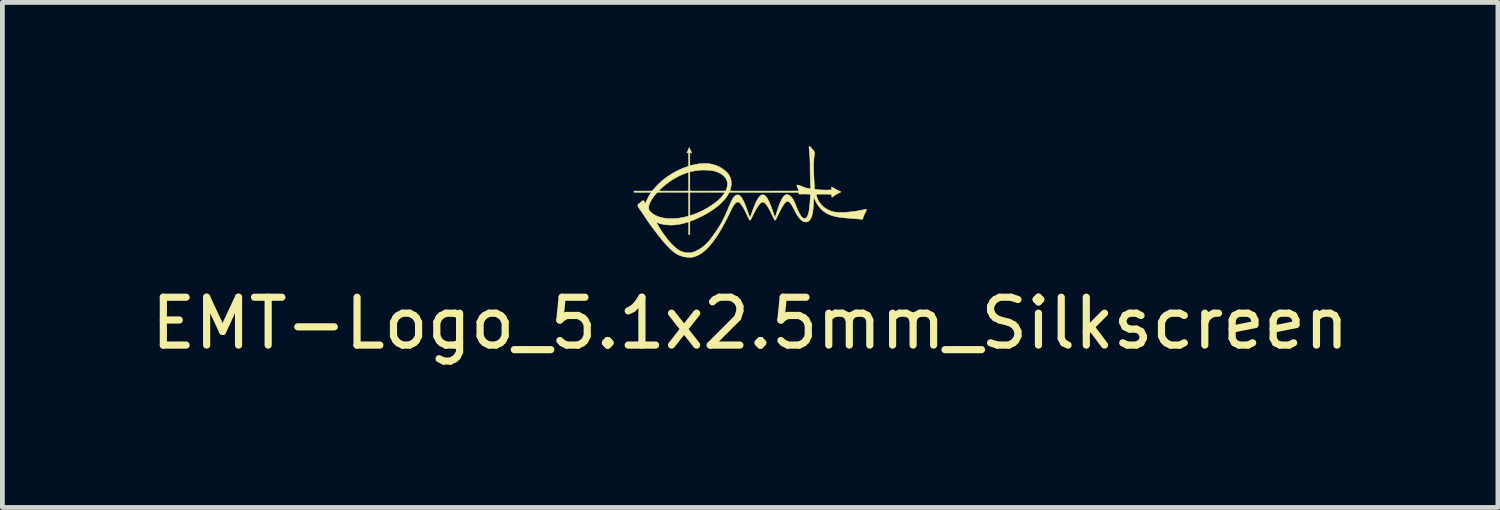
<source format=kicad_pcb>
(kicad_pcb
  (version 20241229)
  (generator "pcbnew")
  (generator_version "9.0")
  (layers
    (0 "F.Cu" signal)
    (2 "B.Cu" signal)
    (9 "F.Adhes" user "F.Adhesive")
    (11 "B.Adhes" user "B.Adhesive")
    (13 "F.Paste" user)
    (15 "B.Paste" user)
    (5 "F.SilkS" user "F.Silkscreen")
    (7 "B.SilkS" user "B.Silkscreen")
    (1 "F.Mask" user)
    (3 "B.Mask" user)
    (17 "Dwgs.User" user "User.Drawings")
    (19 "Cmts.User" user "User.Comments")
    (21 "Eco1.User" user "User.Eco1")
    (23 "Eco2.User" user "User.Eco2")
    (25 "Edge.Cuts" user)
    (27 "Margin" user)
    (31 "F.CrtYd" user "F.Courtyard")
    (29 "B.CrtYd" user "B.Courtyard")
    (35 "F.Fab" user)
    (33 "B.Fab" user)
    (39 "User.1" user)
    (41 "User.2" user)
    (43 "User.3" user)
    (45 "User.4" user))
  (footprint "EMT-Logo_5.1x2.5mm_Silkscreen"
    (layer "F.Cu")
    (at 12.625 1.166)
    (property "Reference" "EMT-Logo_5.1x2.5mm_Silkscreen" (at 0 2.54 0) (layer "F.SilkS") (effects (font (size 1 1) (thickness 0.15))))
    (attr exclude_from_pos_files exclude_from_bom)
    (fp_poly (pts (xy 1.243 -1.159) (xy 1.25 -1.153) (xy 1.259 -1.144) (xy 1.27 -1.133) (xy 1.279 -1.123) (xy 1.287 -1.112) (xy 1.298 -1.1) (xy 1.309 -1.088) (xy 1.314 -1.083) (xy 1.325 -1.069) (xy 1.334 -1.056) (xy 1.34 -1.043) (xy 1.343 -1.028) (xy 1.344 -1.012) (xy 1.343 -0.992) (xy 1.34 -0.97) (xy 1.338 -0.953) (xy 1.336 -0.936) (xy 1.334 -0.92) (xy 1.332 -0.903) (xy 1.331 -0.884) (xy 1.33 -0.862) (xy 1.329 -0.836) (xy 1.328 -0.826) (xy 1.327 -0.792) (xy 1.326 -0.758) (xy 1.326 -0.721) (xy 1.326 -0.683) (xy 1.327 -0.642) (xy 1.329 -0.597) (xy 1.331 -0.55) (xy 1.333 -0.498) (xy 1.336 -0.443) (xy 1.34 -0.383) (xy 1.341 -0.368) (xy 1.347 -0.263) (xy 1.355 -0.261) (xy 1.361 -0.26) (xy 1.372 -0.258) (xy 1.386 -0.257) (xy 1.403 -0.255) (xy 1.422 -0.253) (xy 1.441 -0.251) (xy 1.461 -0.249) (xy 1.471 -0.249) (xy 1.487 -0.248) (xy 1.506 -0.247) (xy 1.526 -0.246) (xy 1.548 -0.246) (xy 1.571 -0.245) (xy 1.593 -0.245) (xy 1.614 -0.245) (xy 1.634 -0.246) (xy 1.651 -0.246) (xy 1.665 -0.247) (xy 1.675 -0.248) (xy 1.68 -0.248) (xy 1.689 -0.251) (xy 1.696 -0.255) (xy 1.699 -0.261) (xy 1.701 -0.269) (xy 1.702 -0.282) (xy 1.702 -0.284) (xy 1.702 -0.294) (xy 1.702 -0.302) (xy 1.703 -0.308) (xy 1.703 -0.308) (xy 1.705 -0.309) (xy 1.708 -0.308) (xy 1.714 -0.305) (xy 1.724 -0.299) (xy 1.729 -0.296) (xy 1.751 -0.283) (xy 1.775 -0.268) (xy 1.801 -0.255) (xy 1.827 -0.242) (xy 1.851 -0.23) (xy 1.859 -0.227) (xy 1.871 -0.222) (xy 1.881 -0.217) (xy 1.889 -0.213) (xy 1.893 -0.21) (xy 1.894 -0.21) (xy 1.895 -0.206) (xy 1.893 -0.203) (xy 1.888 -0.2) (xy 1.879 -0.195) (xy 1.868 -0.191) (xy 1.853 -0.184) (xy 1.835 -0.175) (xy 1.816 -0.164) (xy 1.795 -0.152) (xy 1.775 -0.139) (xy 1.757 -0.127) (xy 1.74 -0.115) (xy 1.727 -0.104) (xy 1.725 -0.102) (xy 1.718 -0.097) (xy 1.713 -0.094) (xy 1.71 -0.095) (xy 1.708 -0.1) (xy 1.706 -0.109) (xy 1.704 -0.121) (xy 1.703 -0.131) (xy 1.702 -0.14) (xy 1.701 -0.145) (xy 1.7 -0.147) (xy 1.697 -0.149) (xy 1.69 -0.152) (xy 1.679 -0.154) (xy 1.662 -0.156) (xy 1.652 -0.158) (xy 1.645 -0.158) (xy 1.633 -0.158) (xy 1.618 -0.159) (xy 1.601 -0.159) (xy 1.581 -0.159) (xy 1.56 -0.159) (xy 1.537 -0.16) (xy 1.514 -0.16) (xy 1.491 -0.16) (xy 1.469 -0.159) (xy 1.448 -0.159) (xy 1.429 -0.159) (xy 1.412 -0.159) (xy 1.398 -0.158) (xy 1.388 -0.158) (xy 1.382 -0.157) (xy 1.38 -0.157) (xy 1.38 -0.153) (xy 1.381 -0.146) (xy 1.383 -0.135) (xy 1.387 -0.122) (xy 1.391 -0.107) (xy 1.397 -0.092) (xy 1.402 -0.077) (xy 1.408 -0.062) (xy 1.413 -0.049) (xy 1.416 -0.042) (xy 1.44 0.000047) (xy 1.468 0.039) (xy 1.498 0.074) (xy 1.533 0.106) (xy 1.571 0.135) (xy 1.581 0.141) (xy 1.609 0.158) (xy 1.64 0.173) (xy 1.672 0.188) (xy 1.703 0.199) (xy 1.724 0.206) (xy 1.752 0.212) (xy 1.785 0.217) (xy 1.821 0.22) (xy 1.862 0.222) (xy 1.906 0.223) (xy 1.953 0.222) (xy 2.003 0.219) (xy 2.054 0.215) (xy 2.108 0.21) (xy 2.164 0.203) (xy 2.221 0.195) (xy 2.247 0.191) (xy 2.278 0.185) (xy 2.308 0.18) (xy 2.336 0.174) (xy 2.361 0.169) (xy 2.381 0.164) (xy 2.389 0.161) (xy 2.403 0.158) (xy 2.412 0.156) (xy 2.418 0.155) (xy 2.422 0.156) (xy 2.425 0.159) (xy 2.426 0.161) (xy 2.428 0.169) (xy 2.426 0.18) (xy 2.422 0.194) (xy 2.414 0.212) (xy 2.406 0.228) (xy 2.395 0.248) (xy 2.387 0.265) (xy 2.38 0.278) (xy 2.375 0.289) (xy 2.371 0.297) (xy 2.368 0.305) (xy 2.366 0.312) (xy 2.364 0.318) (xy 2.362 0.325) (xy 2.361 0.333) (xy 2.358 0.344) (xy 2.355 0.354) (xy 2.353 0.361) (xy 2.352 0.364) (xy 2.348 0.365) (xy 2.34 0.365) (xy 2.328 0.365) (xy 2.315 0.364) (xy 2.306 0.363) (xy 2.292 0.362) (xy 2.275 0.36) (xy 2.254 0.359) (xy 2.231 0.357) (xy 2.205 0.355) (xy 2.178 0.353) (xy 2.149 0.35) (xy 2.12 0.348) (xy 2.12 0.348) (xy 2.09 0.346) (xy 2.062 0.343) (xy 2.034 0.341) (xy 2.008 0.339) (xy 1.984 0.337) (xy 1.963 0.335) (xy 1.946 0.334) (xy 1.932 0.332) (xy 1.923 0.331) (xy 1.862 0.324) (xy 1.806 0.314) (xy 1.754 0.302) (xy 1.705 0.287) (xy 1.66 0.271) (xy 1.618 0.251) (xy 1.579 0.229) (xy 1.542 0.204) (xy 1.526 0.193) (xy 1.504 0.173) (xy 1.48 0.15) (xy 1.456 0.124) (xy 1.434 0.096) (xy 1.414 0.068) (xy 1.398 0.043) (xy 1.389 0.028) (xy 1.38 0.011) (xy 1.37 -0.009) (xy 1.36 -0.028) (xy 1.352 -0.047) (xy 1.344 -0.063) (xy 1.341 -0.071) (xy 1.337 -0.081) (xy 1.334 -0.089) (xy 1.331 -0.094) (xy 1.331 -0.095) (xy 1.33 -0.093) (xy 1.33 -0.087) (xy 1.329 -0.077) (xy 1.328 -0.065) (xy 1.327 -0.05) (xy 1.327 -0.048) (xy 1.327 -0.028) (xy 1.326 -0.006) (xy 1.325 0.018) (xy 1.324 0.04) (xy 1.323 0.053) (xy 1.32 0.109) (xy 1.315 0.16) (xy 1.309 0.206) (xy 1.301 0.247) (xy 1.292 0.284) (xy 1.282 0.317) (xy 1.27 0.344) (xy 1.256 0.368) (xy 1.241 0.387) (xy 1.225 0.403) (xy 1.207 0.414) (xy 1.206 0.414) (xy 1.186 0.421) (xy 1.164 0.423) (xy 1.141 0.42) (xy 1.117 0.413) (xy 1.101 0.406) (xy 1.085 0.396) (xy 1.068 0.382) (xy 1.049 0.364) (xy 1.031 0.343) (xy 1.012 0.32) (xy 0.994 0.295) (xy 0.977 0.268) (xy 0.973 0.26) (xy 0.968 0.252) (xy 0.961 0.24) (xy 0.953 0.225) (xy 0.944 0.208) (xy 0.935 0.191) (xy 0.926 0.173) (xy 0.91 0.144) (xy 0.896 0.119) (xy 0.884 0.097) (xy 0.873 0.079) (xy 0.864 0.063) (xy 0.855 0.05) (xy 0.847 0.038) (xy 0.839 0.028) (xy 0.831 0.02) (xy 0.828 0.016) (xy 0.814 0.004) (xy 0.8 -0.005) (xy 0.787 -0.01) (xy 0.78 -0.01) (xy 0.77 -0.008) (xy 0.759 -0.002) (xy 0.746 0.006) (xy 0.734 0.018) (xy 0.727 0.025) (xy 0.716 0.038) (xy 0.705 0.053) (xy 0.693 0.071) (xy 0.68 0.091) (xy 0.667 0.113) (xy 0.652 0.139) (xy 0.637 0.168) (xy 0.62 0.2) (xy 0.602 0.236) (xy 0.582 0.276) (xy 0.56 0.321) (xy 0.557 0.328) (xy 0.548 0.346) (xy 0.541 0.36) (xy 0.535 0.37) (xy 0.531 0.377) (xy 0.528 0.382) (xy 0.525 0.384) (xy 0.525 0.384) (xy 0.519 0.386) (xy 0.514 0.384) (xy 0.514 0.383) (xy 0.512 0.38) (xy 0.508 0.373) (xy 0.502 0.363) (xy 0.495 0.349) (xy 0.487 0.333) (xy 0.478 0.316) (xy 0.471 0.3) (xy 0.456 0.271) (xy 0.444 0.246) (xy 0.434 0.224) (xy 0.424 0.206) (xy 0.417 0.191) (xy 0.41 0.177) (xy 0.403 0.165) (xy 0.397 0.154) (xy 0.392 0.144) (xy 0.386 0.134) (xy 0.38 0.123) (xy 0.379 0.123) (xy 0.36 0.092) (xy 0.342 0.066) (xy 0.325 0.045) (xy 0.308 0.028) (xy 0.292 0.017) (xy 0.277 0.01) (xy 0.262 0.007) (xy 0.247 0.009) (xy 0.239 0.013) (xy 0.228 0.019) (xy 0.216 0.03) (xy 0.203 0.043) (xy 0.189 0.059) (xy 0.176 0.076) (xy 0.163 0.094) (xy 0.162 0.095) (xy 0.152 0.111) (xy 0.142 0.126) (xy 0.133 0.142) (xy 0.123 0.158) (xy 0.113 0.177) (xy 0.102 0.197) (xy 0.09 0.22) (xy 0.076 0.247) (xy 0.061 0.277) (xy 0.058 0.282) (xy 0.048 0.302) (xy 0.039 0.321) (xy 0.03 0.338) (xy 0.022 0.353) (xy 0.016 0.365) (xy 0.011 0.374) (xy 0.008 0.379) (xy 0.008 0.379) (xy 0.001 0.385) (xy -0.006 0.386) (xy -0.013 0.382) (xy -0.014 0.381) (xy -0.016 0.378) (xy -0.02 0.371) (xy -0.025 0.36) (xy -0.032 0.346) (xy -0.04 0.329) (xy -0.049 0.311) (xy -0.059 0.291) (xy -0.061 0.287) (xy -0.073 0.261) (xy -0.083 0.239) (xy -0.092 0.221) (xy -0.099 0.206) (xy -0.106 0.193) (xy -0.111 0.182) (xy -0.116 0.172) (xy -0.121 0.163) (xy -0.126 0.154) (xy -0.131 0.145) (xy -0.136 0.136) (xy -0.14 0.128) (xy -0.159 0.098) (xy -0.176 0.072) (xy -0.192 0.05) (xy -0.207 0.033) (xy -0.221 0.02) (xy -0.232 0.012) (xy -0.246 0.007) (xy -0.26 0.005) (xy -0.275 0.008) (xy -0.289 0.015) (xy -0.304 0.026) (xy -0.32 0.043) (xy -0.336 0.064) (xy -0.353 0.089) (xy -0.371 0.12) (xy -0.373 0.123) (xy -0.378 0.132) (xy -0.384 0.144) (xy -0.392 0.16) (xy -0.401 0.179) (xy -0.411 0.199) (xy -0.421 0.22) (xy -0.431 0.241) (xy -0.432 0.243) (xy -0.473 0.327) (xy -0.514 0.407) (xy -0.555 0.484) (xy -0.597 0.558) (xy -0.638 0.628) (xy -0.679 0.693) (xy -0.72 0.755) (xy -0.761 0.813) (xy -0.802 0.866) (xy -0.842 0.914) (xy -0.881 0.958) (xy -0.912 0.989) (xy -0.934 1.01) (xy -0.954 1.028) (xy -0.973 1.043) (xy -0.992 1.058) (xy -1.014 1.073) (xy -1.021 1.078) (xy -1.055 1.099) (xy -1.09 1.118) (xy -1.124 1.133) (xy -1.158 1.145) (xy -1.175 1.151) (xy -1.205 1.157) (xy -1.235 1.161) (xy -1.265 1.163) (xy -1.297 1.161) (xy -1.319 1.159) (xy -1.37 1.152) (xy -1.417 1.141) (xy -1.462 1.126) (xy -1.504 1.108) (xy -1.545 1.085) (xy -1.566 1.072) (xy -1.585 1.058) (xy -1.604 1.044) (xy -1.624 1.027) (xy -1.645 1.008) (xy -1.668 0.986) (xy -1.692 0.963) (xy -1.711 0.944) (xy -1.729 0.924) (xy -1.748 0.905) (xy -1.766 0.885) (xy -1.784 0.865) (xy -1.803 0.843) (xy -1.822 0.82) (xy -1.843 0.795) (xy -1.865 0.767) (xy -1.889 0.737) (xy -1.915 0.704) (xy -1.943 0.668) (xy -1.974 0.628) (xy -1.983 0.616) (xy -2.005 0.587) (xy -2.025 0.561) (xy -2.043 0.537) (xy -2.059 0.516) (xy -2.073 0.496) (xy -2.087 0.477) (xy -2.101 0.458) (xy -2.114 0.439) (xy -2.123 0.426) (xy -1.96 0.426) (xy -1.96 0.428) (xy -1.958 0.433) (xy -1.953 0.441) (xy -1.947 0.452) (xy -1.94 0.466) (xy -1.931 0.481) (xy -1.921 0.498) (xy -1.912 0.515) (xy -1.902 0.532) (xy -1.893 0.547) (xy -1.884 0.562) (xy -1.877 0.574) (xy -1.874 0.579) (xy -1.851 0.614) (xy -1.826 0.651) (xy -1.798 0.69) (xy -1.769 0.729) (xy -1.74 0.768) (xy -1.71 0.804) (xy -1.682 0.838) (xy -1.677 0.843) (xy -1.664 0.858) (xy -1.648 0.875) (xy -1.63 0.894) (xy -1.611 0.912) (xy -1.592 0.93) (xy -1.575 0.946) (xy -1.56 0.959) (xy -1.558 0.96) (xy -1.526 0.986) (xy -1.495 1.007) (xy -1.465 1.025) (xy -1.434 1.039) (xy -1.403 1.049) (xy -1.371 1.057) (xy -1.355 1.06) (xy -1.341 1.062) (xy -1.33 1.064) (xy -1.321 1.065) (xy -1.311 1.066) (xy -1.3 1.066) (xy -1.286 1.066) (xy -1.277 1.066) (xy -1.262 1.066) (xy -1.25 1.066) (xy -1.24 1.065) (xy -1.23 1.063) (xy -1.218 1.061) (xy -1.213 1.059) (xy -1.175 1.047) (xy -1.134 1.031) (xy -1.093 1.01) (xy -1.05 0.986) (xy -1.008 0.958) (xy -0.991 0.945) (xy -0.973 0.93) (xy -0.952 0.912) (xy -0.93 0.892) (xy -0.908 0.87) (xy -0.886 0.847) (xy -0.864 0.824) (xy -0.845 0.801) (xy -0.834 0.787) (xy -0.822 0.772) (xy -0.808 0.753) (xy -0.793 0.732) (xy -0.776 0.708) (xy -0.758 0.683) (xy -0.74 0.658) (xy -0.722 0.633) (xy -0.705 0.608) (xy -0.689 0.585) (xy -0.677 0.566) (xy -0.663 0.545) (xy -0.65 0.526) (xy -0.639 0.507) (xy -0.627 0.488) (xy -0.616 0.468) (xy -0.604 0.445) (xy -0.59 0.42) (xy -0.581 0.403) (xy -0.564 0.371) (xy -0.55 0.342) (xy -0.537 0.316) (xy -0.525 0.292) (xy -0.514 0.267) (xy -0.503 0.242) (xy -0.491 0.216) (xy -0.479 0.187) (xy -0.477 0.183) (xy -0.46 0.141) (xy -0.445 0.104) (xy -0.43 0.071) (xy -0.418 0.042) (xy -0.406 0.016) (xy -0.395 -0.007) (xy -0.385 -0.026) (xy -0.376 -0.044) (xy -0.368 -0.059) (xy -0.359 -0.072) (xy -0.351 -0.083) (xy -0.343 -0.094) (xy -0.335 -0.103) (xy -0.326 -0.112) (xy -0.325 -0.113) (xy -0.311 -0.125) (xy -0.299 -0.134) (xy -0.288 -0.139) (xy -0.276 -0.142) (xy -0.262 -0.143) (xy -0.26 -0.143) (xy -0.249 -0.143) (xy -0.239 -0.141) (xy -0.231 -0.138) (xy -0.222 -0.132) (xy -0.212 -0.124) (xy -0.204 -0.116) (xy -0.19 -0.1) (xy -0.176 -0.081) (xy -0.162 -0.06) (xy -0.148 -0.034) (xy -0.134 -0.006) (xy -0.119 0.027) (xy -0.104 0.064) (xy -0.088 0.106) (xy -0.077 0.136) (xy -0.07 0.154) (xy -0.064 0.171) (xy -0.059 0.186) (xy -0.054 0.199) (xy -0.051 0.208) (xy -0.049 0.213) (xy -0.046 0.224) (xy -0.041 0.237) (xy -0.036 0.251) (xy -0.031 0.266) (xy -0.025 0.28) (xy -0.02 0.293) (xy -0.016 0.304) (xy -0.013 0.311) (xy -0.011 0.314) (xy -0.006 0.319) (xy -0.002 0.319) (xy 0.003 0.314) (xy 0.004 0.313) (xy 0.007 0.306) (xy 0.011 0.296) (xy 0.016 0.282) (xy 0.023 0.265) (xy 0.03 0.245) (xy 0.038 0.224) (xy 0.041 0.216) (xy 0.056 0.173) (xy 0.07 0.134) (xy 0.084 0.099) (xy 0.097 0.068) (xy 0.109 0.039) (xy 0.121 0.013) (xy 0.126 0.004) (xy 0.144 -0.033) (xy 0.162 -0.064) (xy 0.181 -0.09) (xy 0.198 -0.112) (xy 0.216 -0.128) (xy 0.233 -0.139) (xy 0.251 -0.146) (xy 0.268 -0.147) (xy 0.285 -0.143) (xy 0.299 -0.137) (xy 0.315 -0.125) (xy 0.331 -0.108) (xy 0.348 -0.086) (xy 0.365 -0.059) (xy 0.382 -0.027) (xy 0.4 0.009) (xy 0.418 0.051) (xy 0.436 0.097) (xy 0.455 0.149) (xy 0.474 0.205) (xy 0.476 0.211) (xy 0.484 0.234) (xy 0.492 0.256) (xy 0.499 0.275) (xy 0.505 0.292) (xy 0.511 0.305) (xy 0.516 0.314) (xy 0.519 0.319) (xy 0.521 0.32) (xy 0.522 0.32) (xy 0.523 0.319) (xy 0.525 0.316) (xy 0.527 0.311) (xy 0.529 0.305) (xy 0.532 0.295) (xy 0.537 0.283) (xy 0.542 0.266) (xy 0.548 0.246) (xy 0.552 0.232) (xy 0.568 0.182) (xy 0.583 0.137) (xy 0.597 0.096) (xy 0.61 0.059) (xy 0.623 0.026) (xy 0.636 -0.003) (xy 0.649 -0.03) (xy 0.661 -0.053) (xy 0.673 -0.074) (xy 0.686 -0.093) (xy 0.695 -0.105) (xy 0.712 -0.123) (xy 0.727 -0.136) (xy 0.743 -0.145) (xy 0.759 -0.149) (xy 0.772 -0.149) (xy 0.795 -0.145) (xy 0.817 -0.135) (xy 0.838 -0.12) (xy 0.859 -0.101) (xy 0.879 -0.076) (xy 0.898 -0.047) (xy 0.917 -0.012) (xy 0.918 -0.009) (xy 0.923 0.002) (xy 0.93 0.017) (xy 0.938 0.035) (xy 0.946 0.054) (xy 0.954 0.075) (xy 0.962 0.095) (xy 0.963 0.095) (xy 0.97 0.114) (xy 0.978 0.132) (xy 0.985 0.149) (xy 0.991 0.164) (xy 0.995 0.175) (xy 0.999 0.183) (xy 0.999 0.184) (xy 1.005 0.195) (xy 1.012 0.209) (xy 1.02 0.225) (xy 1.03 0.242) (xy 1.039 0.259) (xy 1.048 0.274) (xy 1.056 0.287) (xy 1.06 0.295) (xy 1.075 0.314) (xy 1.091 0.33) (xy 1.106 0.34) (xy 1.123 0.346) (xy 1.139 0.348) (xy 1.155 0.344) (xy 1.159 0.342) (xy 1.173 0.333) (xy 1.186 0.318) (xy 1.197 0.3) (xy 1.208 0.276) (xy 1.217 0.248) (xy 1.225 0.216) (xy 1.229 0.195) (xy 1.233 0.174) (xy 1.237 0.15) (xy 1.24 0.125) (xy 1.243 0.096) (xy 1.246 0.065) (xy 1.249 0.029) (xy 1.252 -0.011) (xy 1.252 -0.02) (xy 1.254 -0.052) (xy 1.256 -0.078) (xy 1.257 -0.1) (xy 1.257 -0.118) (xy 1.257 -0.132) (xy 1.257 -0.143) (xy 1.256 -0.15) (xy 1.255 -0.155) (xy 1.253 -0.157) (xy 1.249 -0.158) (xy 1.241 -0.159) (xy 1.229 -0.159) (xy 1.214 -0.16) (xy 1.197 -0.16) (xy 1.178 -0.161) (xy 1.159 -0.161) (xy 1.139 -0.161) (xy 1.12 -0.161) (xy 1.103 -0.161) (xy 1.087 -0.161) (xy 1.074 -0.161) (xy 1.065 -0.16) (xy 1.063 -0.16) (xy 1.046 -0.159) (xy 1.034 -0.159) (xy 1.025 -0.162) (xy 1.019 -0.168) (xy 1.015 -0.176) (xy 1.014 -0.185) (xy 1.012 -0.197) (xy 0.288 -0.197) (xy -0.436 -0.198) (xy -0.448 -0.175) (xy -0.469 -0.138) (xy -0.494 -0.1) (xy -0.523 -0.061) (xy -0.557 -0.023) (xy -0.595 0.016) (xy -0.636 0.055) (xy -0.681 0.093) (xy -0.729 0.13) (xy -0.779 0.166) (xy -0.815 0.19) (xy -0.866 0.222) (xy -0.92 0.254) (xy -0.978 0.285) (xy -1.037 0.315) (xy -1.096 0.343) (xy -1.155 0.369) (xy -1.211 0.392) (xy -1.217 0.394) (xy -1.26 0.41) (xy -1.26 0.683) (xy -1.285 0.683) (xy -1.285 0.551) (xy -1.285 0.521) (xy -1.285 0.496) (xy -1.285 0.476) (xy -1.286 0.459) (xy -1.286 0.446) (xy -1.286 0.436) (xy -1.286 0.429) (xy -1.287 0.424) (xy -1.288 0.421) (xy -1.288 0.42) (xy -1.289 0.42) (xy -1.294 0.422) (xy -1.303 0.425) (xy -1.315 0.428) (xy -1.329 0.432) (xy -1.344 0.437) (xy -1.358 0.441) (xy -1.372 0.445) (xy -1.384 0.449) (xy -1.392 0.451) (xy -1.452 0.465) (xy -1.514 0.476) (xy -1.575 0.483) (xy -1.605 0.486) (xy -1.648 0.487) (xy -1.691 0.486) (xy -1.734 0.483) (xy -1.777 0.479) (xy -1.818 0.472) (xy -1.856 0.464) (xy -1.892 0.454) (xy -1.923 0.442) (xy -1.944 0.433) (xy -1.953 0.428) (xy -1.958 0.426) (xy -1.96 0.426) (xy -2.123 0.426) (xy -2.129 0.418) (xy -2.144 0.396) (xy -2.161 0.371) (xy -2.179 0.343) (xy -2.196 0.318) (xy -2.211 0.296) (xy -2.226 0.274) (xy -2.24 0.252) (xy -2.254 0.232) (xy -2.266 0.214) (xy -2.276 0.199) (xy -2.285 0.186) (xy -2.29 0.179) (xy -2.304 0.159) (xy -2.315 0.143) (xy -2.324 0.13) (xy -2.325 0.128) (xy -2.121 0.128) (xy -2.12 0.13) (xy -2.12 0.143) (xy -2.118 0.152) (xy -2.116 0.16) (xy -2.112 0.169) (xy -2.111 0.17) (xy -2.102 0.186) (xy -2.088 0.203) (xy -2.071 0.221) (xy -2.051 0.238) (xy -2.029 0.255) (xy -2.006 0.27) (xy -2.005 0.271) (xy -1.97 0.289) (xy -1.933 0.306) (xy -1.893 0.319) (xy -1.85 0.331) (xy -1.803 0.34) (xy -1.752 0.347) (xy -1.706 0.352) (xy -1.695 0.352) (xy -1.681 0.352) (xy -1.664 0.352) (xy -1.644 0.352) (xy -1.623 0.351) (xy -1.602 0.351) (xy -1.581 0.35) (xy -1.562 0.349) (xy -1.545 0.348) (xy -1.532 0.347) (xy -1.528 0.347) (xy -1.475 0.34) (xy -1.425 0.332) (xy -1.376 0.322) (xy -1.328 0.31) (xy -1.315 0.307) (xy -1.304 0.304) (xy -1.295 0.302) (xy -1.289 0.3) (xy -1.286 0.3) (xy -1.286 0.297) (xy -1.286 0.29) (xy -1.286 0.278) (xy -1.286 0.263) (xy -1.286 0.243) (xy -1.286 0.221) (xy -1.285 0.195) (xy -1.285 0.166) (xy -1.285 0.136) (xy -1.285 0.103) (xy -1.285 0.069) (xy -1.285 0.051) (xy -1.285 -0.198) (xy -1.26 -0.198) (xy -1.26 0.292) (xy -1.22 0.278) (xy -1.204 0.273) (xy -1.189 0.268) (xy -1.175 0.263) (xy -1.163 0.258) (xy -1.159 0.257) (xy -1.123 0.243) (xy -1.085 0.227) (xy -1.045 0.208) (xy -1.005 0.189) (xy -0.966 0.17) (xy -0.93 0.15) (xy -0.917 0.143) (xy -0.854 0.105) (xy -0.796 0.067) (xy -0.742 0.029) (xy -0.692 -0.01) (xy -0.648 -0.05) (xy -0.608 -0.09) (xy -0.573 -0.13) (xy -0.543 -0.17) (xy -0.527 -0.195) (xy -0.528 -0.195) (xy -0.531 -0.196) (xy -0.535 -0.196) (xy -0.542 -0.197) (xy -0.552 -0.197) (xy -0.565 -0.197) (xy -0.58 -0.197) (xy -0.599 -0.197) (xy -0.621 -0.198) (xy -0.646 -0.198) (xy -0.676 -0.198) (xy -0.709 -0.198) (xy -0.747 -0.198) (xy -0.789 -0.198) (xy -0.836 -0.198) (xy -0.887 -0.198) (xy -1.26 -0.198) (xy -1.285 -0.198) (xy -1.94 -0.198) (xy -1.953 -0.184) (xy -1.98 -0.153) (xy -2.005 -0.122) (xy -2.029 -0.089) (xy -2.051 -0.057) (xy -2.07 -0.025) (xy -2.087 0.005) (xy -2.1 0.033) (xy -2.108 0.053) (xy -2.114 0.074) (xy -2.118 0.092) (xy -2.12 0.11) (xy -2.121 0.128) (xy -2.325 0.128) (xy -2.331 0.119) (xy -2.336 0.109) (xy -2.341 0.101) (xy -2.344 0.094) (xy -2.348 0.082) (xy -2.349 0.072) (xy -2.347 0.064) (xy -2.342 0.055) (xy -2.333 0.047) (xy -2.32 0.037) (xy -2.317 0.035) (xy -2.306 0.027) (xy -2.294 0.017) (xy -2.282 0.008) (xy -2.279 0.004) (xy -2.267 -0.007) (xy -2.257 -0.014) (xy -2.249 -0.019) (xy -2.243 -0.022) (xy -2.236 -0.023) (xy -2.235 -0.023) (xy -2.226 -0.02) (xy -2.217 -0.013) (xy -2.209 -0.001) (xy -2.2 0.015) (xy -2.199 0.017) (xy -2.195 0.027) (xy -2.192 0.034) (xy -2.19 0.038) (xy -2.189 0.038) (xy -2.188 0.036) (xy -2.185 0.03) (xy -2.181 0.02) (xy -2.176 0.009) (xy -2.173 0.002) (xy -2.159 -0.031) (xy -2.146 -0.06) (xy -2.133 -0.087) (xy -2.119 -0.112) (xy -2.104 -0.138) (xy -2.087 -0.164) (xy -2.08 -0.174) (xy -2.065 -0.197) (xy -2.428 -0.198) (xy -2.428 -0.224) (xy -2.238 -0.224) (xy -2.208 -0.224) (xy -2.179 -0.224) (xy -2.151 -0.224) (xy -2.126 -0.224) (xy -2.104 -0.224) (xy -2.085 -0.224) (xy -2.069 -0.225) (xy -2.057 -0.225) (xy -2.049 -0.225) (xy -2.046 -0.225) (xy -2.046 -0.225) (xy -2.046 -0.226) (xy -1.913 -0.226) (xy -1.91 -0.225) (xy -1.903 -0.225) (xy -1.891 -0.225) (xy -1.875 -0.225) (xy -1.855 -0.224) (xy -1.831 -0.224) (xy -1.804 -0.224) (xy -1.774 -0.224) (xy -1.741 -0.224) (xy -1.706 -0.224) (xy -1.668 -0.224) (xy -1.628 -0.224) (xy -1.6 -0.224) (xy -1.552 -0.224) (xy -1.509 -0.224) (xy -1.47 -0.224) (xy -1.436 -0.224) (xy -1.406 -0.224) (xy -1.38 -0.224) (xy -1.358 -0.224) (xy -1.339 -0.224) (xy -1.323 -0.225) (xy -1.311 -0.225) (xy -1.301 -0.225) (xy -1.294 -0.225) (xy -1.289 -0.226) (xy -1.287 -0.226) (xy -1.286 -0.227) (xy -1.286 -0.23) (xy -1.286 -0.237) (xy -1.286 -0.249) (xy -1.286 -0.265) (xy -1.286 -0.284) (xy -1.286 -0.307) (xy -1.286 -0.332) (xy -1.286 -0.359) (xy -1.286 -0.389) (xy -1.286 -0.42) (xy -1.286 -0.423) (xy -1.287 -0.617) (xy -1.331 -0.602) (xy -1.405 -0.575) (xy -1.478 -0.542) (xy -1.55 -0.505) (xy -1.621 -0.464) (xy -1.69 -0.417) (xy -1.757 -0.367) (xy -1.823 -0.312) (xy -1.836 -0.3) (xy -1.85 -0.287) (xy -1.864 -0.274) (xy -1.877 -0.262) (xy -1.889 -0.251) (xy -1.899 -0.241) (xy -1.906 -0.233) (xy -1.911 -0.228) (xy -1.913 -0.226) (xy -2.046 -0.226) (xy -2.043 -0.228) (xy -2.038 -0.234) (xy -2.032 -0.242) (xy -2.027 -0.248) (xy -1.974 -0.31) (xy -1.918 -0.368) (xy -1.858 -0.424) (xy -1.793 -0.477) (xy -1.725 -0.527) (xy -1.695 -0.547) (xy -1.621 -0.594) (xy -1.566 -0.624) (xy -1.26 -0.624) (xy -1.26 -0.426) (xy -1.26 -0.394) (xy -1.26 -0.364) (xy -1.26 -0.336) (xy -1.26 -0.311) (xy -1.259 -0.288) (xy -1.259 -0.268) (xy -1.259 -0.251) (xy -1.259 -0.238) (xy -1.258 -0.229) (xy -1.258 -0.225) (xy -1.258 -0.225) (xy -1.255 -0.225) (xy -1.248 -0.225) (xy -1.236 -0.225) (xy -1.22 -0.225) (xy -1.2 -0.224) (xy -1.176 -0.224) (xy -1.148 -0.224) (xy -1.118 -0.224) (xy -1.085 -0.224) (xy -1.049 -0.224) (xy -1.011 -0.224) (xy -0.971 -0.224) (xy -0.93 -0.224) (xy -0.887 -0.224) (xy -0.884 -0.224) (xy -0.512 -0.225) (xy -0.505 -0.239) (xy -0.494 -0.266) (xy -0.485 -0.295) (xy -0.478 -0.324) (xy -0.475 -0.354) (xy -0.474 -0.383) (xy -0.477 -0.409) (xy -0.48 -0.423) (xy -0.491 -0.454) (xy -0.506 -0.484) (xy -0.527 -0.512) (xy -0.551 -0.539) (xy -0.581 -0.564) (xy -0.614 -0.586) (xy -0.649 -0.605) (xy -0.678 -0.619) (xy -0.708 -0.63) (xy -0.739 -0.639) (xy -0.772 -0.647) (xy -0.807 -0.653) (xy -0.846 -0.657) (xy -0.888 -0.66) (xy -0.934 -0.662) (xy -0.939 -0.662) (xy -0.985 -0.663) (xy -1.027 -0.661) (xy -1.066 -0.659) (xy -1.105 -0.655) (xy -1.144 -0.649) (xy -1.185 -0.641) (xy -1.226 -0.632) (xy -1.26 -0.624) (xy -1.566 -0.624) (xy -1.543 -0.637) (xy -1.463 -0.675) (xy -1.382 -0.71) (xy -1.328 -0.729) (xy -1.287 -0.744) (xy -1.286 -0.886) (xy -1.286 -0.913) (xy -1.286 -0.937) (xy -1.286 -0.96) (xy -1.286 -0.98) (xy -1.286 -0.998) (xy -1.286 -1.012) (xy -1.287 -1.022) (xy -1.287 -1.027) (xy -1.287 -1.029) (xy -1.29 -1.028) (xy -1.297 -1.026) (xy -1.305 -1.024) (xy -1.314 -1.021) (xy -1.32 -1.02) (xy -1.322 -1.019) (xy -1.322 -1.022) (xy -1.319 -1.028) (xy -1.315 -1.038) (xy -1.31 -1.05) (xy -1.303 -1.064) (xy -1.301 -1.07) (xy -1.294 -1.085) (xy -1.288 -1.099) (xy -1.282 -1.111) (xy -1.279 -1.12) (xy -1.277 -1.125) (xy -1.276 -1.126) (xy -1.274 -1.131) (xy -1.272 -1.132) (xy -1.269 -1.128) (xy -1.266 -1.12) (xy -1.264 -1.113) (xy -1.259 -1.103) (xy -1.254 -1.09) (xy -1.247 -1.076) (xy -1.241 -1.062) (xy -1.234 -1.049) (xy -1.229 -1.037) (xy -1.225 -1.027) (xy -1.222 -1.021) (xy -1.221 -1.019) (xy -1.221 -1.019) (xy -1.224 -1.019) (xy -1.231 -1.021) (xy -1.24 -1.024) (xy -1.248 -1.026) (xy -1.255 -1.028) (xy -1.258 -1.029) (xy -1.258 -1.026) (xy -1.259 -1.019) (xy -1.259 -1.008) (xy -1.259 -0.993) (xy -1.259 -0.975) (xy -1.26 -0.954) (xy -1.26 -0.931) (xy -1.26 -0.905) (xy -1.26 -0.89) (xy -1.26 -0.86) (xy -1.26 -0.835) (xy -1.26 -0.813) (xy -1.26 -0.796) (xy -1.259 -0.783) (xy -1.259 -0.772) (xy -1.259 -0.764) (xy -1.258 -0.759) (xy -1.258 -0.755) (xy -1.257 -0.754) (xy -1.256 -0.753) (xy -1.255 -0.753) (xy -1.255 -0.753) (xy -1.25 -0.755) (xy -1.24 -0.758) (xy -1.227 -0.761) (xy -1.211 -0.765) (xy -1.194 -0.769) (xy -1.177 -0.772) (xy -1.16 -0.776) (xy -1.144 -0.78) (xy -1.131 -0.782) (xy -1.125 -0.783) (xy -1.097 -0.788) (xy -1.072 -0.792) (xy -1.049 -0.795) (xy -1.026 -0.797) (xy -1.001 -0.798) (xy -0.973 -0.799) (xy -0.971 -0.799) (xy -0.94 -0.8) (xy -0.913 -0.799) (xy -0.887 -0.798) (xy -0.863 -0.796) (xy -0.838 -0.792) (xy -0.829 -0.791) (xy -0.775 -0.779) (xy -0.722 -0.763) (xy -0.671 -0.742) (xy -0.621 -0.716) (xy -0.573 -0.686) (xy -0.528 -0.652) (xy -0.494 -0.622) (xy -0.466 -0.592) (xy -0.443 -0.56) (xy -0.424 -0.526) (xy -0.41 -0.49) (xy -0.4 -0.452) (xy -0.395 -0.412) (xy -0.394 -0.371) (xy -0.398 -0.328) (xy -0.407 -0.285) (xy -0.416 -0.254) (xy -0.419 -0.243) (xy -0.422 -0.234) (xy -0.424 -0.227) (xy -0.424 -0.225) (xy -0.422 -0.225) (xy -0.414 -0.225) (xy -0.402 -0.225) (xy -0.386 -0.225) (xy -0.365 -0.225) (xy -0.34 -0.224) (xy -0.311 -0.224) (xy -0.279 -0.224) (xy -0.243 -0.224) (xy -0.204 -0.224) (xy -0.162 -0.224) (xy -0.117 -0.224) (xy -0.069 -0.224) (xy -0.019 -0.224) (xy 0.033 -0.224) (xy 0.088 -0.224) (xy 0.144 -0.224) (xy 0.202 -0.224) (xy 0.261 -0.224) (xy 0.293 -0.224) (xy 1.01 -0.225) (xy 1.01 -0.232) (xy 1.011 -0.239) (xy 1.009 -0.247) (xy 1.006 -0.258) (xy 1.001 -0.271) (xy 0.994 -0.288) (xy 0.99 -0.296) (xy 0.984 -0.311) (xy 0.979 -0.322) (xy 0.977 -0.33) (xy 0.976 -0.337) (xy 0.976 -0.34) (xy 0.977 -0.349) (xy 0.993 -0.349) (xy 0.999 -0.349) (xy 1.004 -0.348) (xy 1.011 -0.347) (xy 1.018 -0.345) (xy 1.028 -0.341) (xy 1.041 -0.337) (xy 1.057 -0.33) (xy 1.067 -0.326) (xy 1.098 -0.314) (xy 1.125 -0.303) (xy 1.149 -0.295) (xy 1.171 -0.288) (xy 1.192 -0.283) (xy 1.212 -0.278) (xy 1.232 -0.275) (xy 1.242 -0.273) (xy 1.265 -0.27) (xy 1.264 -0.282) (xy 1.263 -0.291) (xy 1.262 -0.305) (xy 1.261 -0.323) (xy 1.26 -0.345) (xy 1.259 -0.37) (xy 1.258 -0.398) (xy 1.257 -0.428) (xy 1.257 -0.46) (xy 1.256 -0.494) (xy 1.255 -0.529) (xy 1.254 -0.564) (xy 1.254 -0.6) (xy 1.253 -0.635) (xy 1.253 -0.669) (xy 1.252 -0.702) (xy 1.252 -0.734) (xy 1.252 -0.756) (xy 1.252 -0.793) (xy 1.251 -0.831) (xy 1.25 -0.87) (xy 1.248 -0.911) (xy 1.245 -0.955) (xy 1.242 -1.002) (xy 1.237 -1.052) (xy 1.233 -1.101) (xy 1.231 -1.121) (xy 1.231 -1.136) (xy 1.231 -1.147) (xy 1.232 -1.154) (xy 1.234 -1.159) (xy 1.236 -1.161) (xy 1.238 -1.161) (xy 1.243 -1.159)) (stroke (width 0.01) (type solid)) (fill yes) (layer "F.SilkS")))
  (gr_rect
    (start -3 -3)
    (end 28.25 7.554)
    (stroke (width 0.1) (type default))
    (fill no)
    (layer "Edge.Cuts")))
</source>
